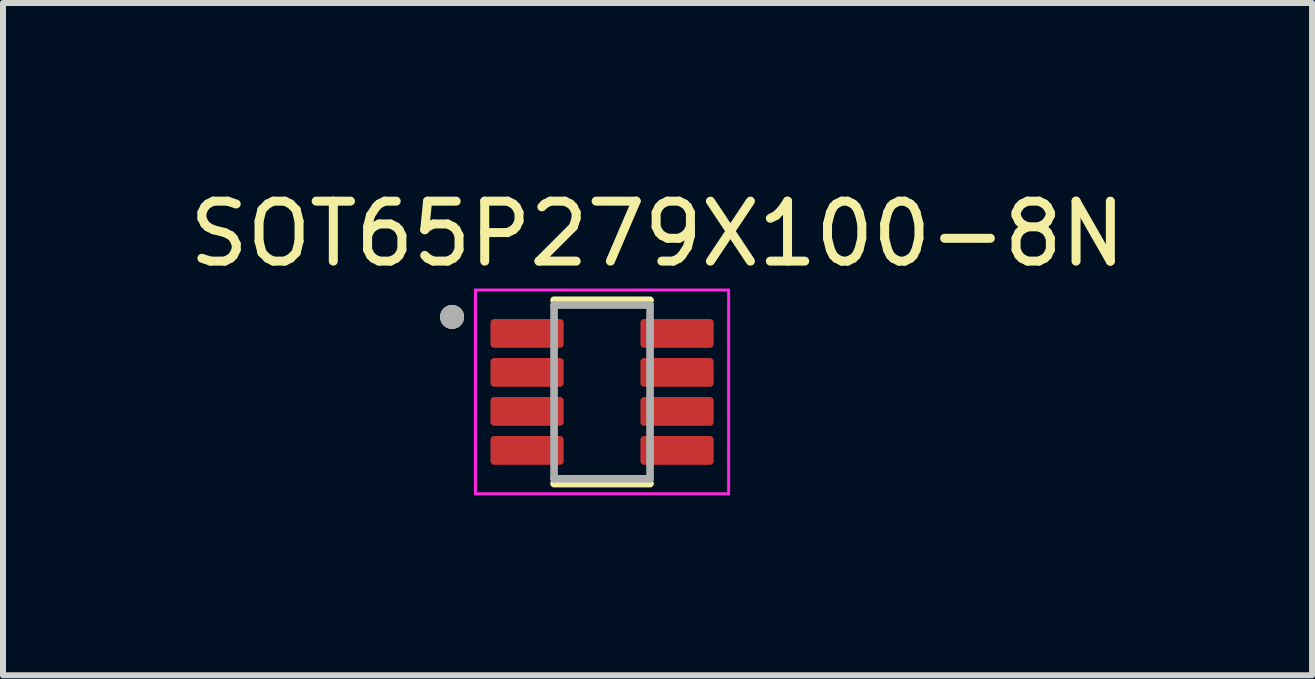
<source format=kicad_pcb>
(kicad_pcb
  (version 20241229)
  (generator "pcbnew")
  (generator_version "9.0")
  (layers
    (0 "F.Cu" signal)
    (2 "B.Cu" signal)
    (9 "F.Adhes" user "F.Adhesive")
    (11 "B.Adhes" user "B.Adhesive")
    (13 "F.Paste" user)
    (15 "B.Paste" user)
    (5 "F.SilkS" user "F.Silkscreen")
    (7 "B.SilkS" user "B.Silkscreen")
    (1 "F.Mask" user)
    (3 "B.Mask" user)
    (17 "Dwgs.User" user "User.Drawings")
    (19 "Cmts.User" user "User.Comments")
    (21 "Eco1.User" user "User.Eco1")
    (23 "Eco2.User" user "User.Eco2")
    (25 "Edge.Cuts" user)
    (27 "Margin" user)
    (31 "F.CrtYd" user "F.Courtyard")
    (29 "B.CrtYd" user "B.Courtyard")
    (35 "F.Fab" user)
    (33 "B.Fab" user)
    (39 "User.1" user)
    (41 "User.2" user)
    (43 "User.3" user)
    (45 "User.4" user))
  (footprint "SOT65P279X100-8N"
    (layer "F.Cu")
    (at 6.986 3.483)
    (property "Reference" "SOT65P279X100-8N" (at 0.925 -2.635 0) (layer "F.SilkS") (effects (font (size 1 1) (thickness 0.15))))
    (attr smd)
    (fp_line (start -0.8 -1.528) (end 0.8 -1.528) (stroke (width 0.127) (type solid)) (layer "F.SilkS"))
    (fp_line (start -0.8 1.528) (end 0.8 1.528) (stroke (width 0.127) (type solid)) (layer "F.SilkS"))
    (fp_circle (center -2.5 -1.25) (end -2.4 -1.25) (stroke (width 0.2) (type solid)) (fill no) (layer "F.SilkS"))
    (fp_line (start -2.11 -1.698) (end -2.11 1.698) (stroke (width 0.05) (type solid)) (layer "F.CrtYd"))
    (fp_line (start -2.11 1.698) (end 2.11 1.698) (stroke (width 0.05) (type solid)) (layer "F.CrtYd"))
    (fp_line (start 2.11 -1.698) (end -2.11 -1.698) (stroke (width 0.05) (type solid)) (layer "F.CrtYd"))
    (fp_line (start 2.11 1.698) (end 2.11 -1.698) (stroke (width 0.05) (type solid)) (layer "F.CrtYd"))
    (fp_line (start -0.8 -1.448) (end -0.8 1.448) (stroke (width 0.127) (type solid)) (layer "F.Fab"))
    (fp_line (start -0.8 1.448) (end 0.8 1.448) (stroke (width 0.127) (type solid)) (layer "F.Fab"))
    (fp_line (start 0.8 -1.448) (end -0.8 -1.448) (stroke (width 0.127) (type solid)) (layer "F.Fab"))
    (fp_line (start 0.8 1.448) (end 0.8 -1.448) (stroke (width 0.127) (type solid)) (layer "F.Fab"))
    (fp_circle (center -2.5 -1.25) (end -2.4 -1.25) (stroke (width 0.2) (type solid)) (fill no) (layer "F.Fab"))
    (pad "1" smd roundrect (at -1.25 -0.975) (size 1.22 0.48) (layers "F.Cu" "F.Mask" "F.Paste") (roundrect_rratio 0.125))
    (pad "2" smd roundrect (at -1.25 -0.325) (size 1.22 0.48) (layers "F.Cu" "F.Mask" "F.Paste") (roundrect_rratio 0.125))
    (pad "3" smd roundrect (at -1.25 0.325) (size 1.22 0.48) (layers "F.Cu" "F.Mask" "F.Paste") (roundrect_rratio 0.125))
    (pad "4" smd roundrect (at -1.25 0.975) (size 1.22 0.48) (layers "F.Cu" "F.Mask" "F.Paste") (roundrect_rratio 0.125))
    (pad "5" smd roundrect (at 1.25 0.975) (size 1.22 0.48) (layers "F.Cu" "F.Mask" "F.Paste") (roundrect_rratio 0.125))
    (pad "6" smd roundrect (at 1.25 0.325) (size 1.22 0.48) (layers "F.Cu" "F.Mask" "F.Paste") (roundrect_rratio 0.125))
    (pad "7" smd roundrect (at 1.25 -0.325) (size 1.22 0.48) (layers "F.Cu" "F.Mask" "F.Paste") (roundrect_rratio 0.125))
    (pad "8" smd roundrect (at 1.25 -0.975) (size 1.22 0.48) (layers "F.Cu" "F.Mask" "F.Paste") (roundrect_rratio 0.125)))
  (gr_rect
    (start -3 -3)
    (end 18.821 8.206)
    (stroke (width 0.1) (type default))
    (fill no)
    (layer "Edge.Cuts")))
</source>
